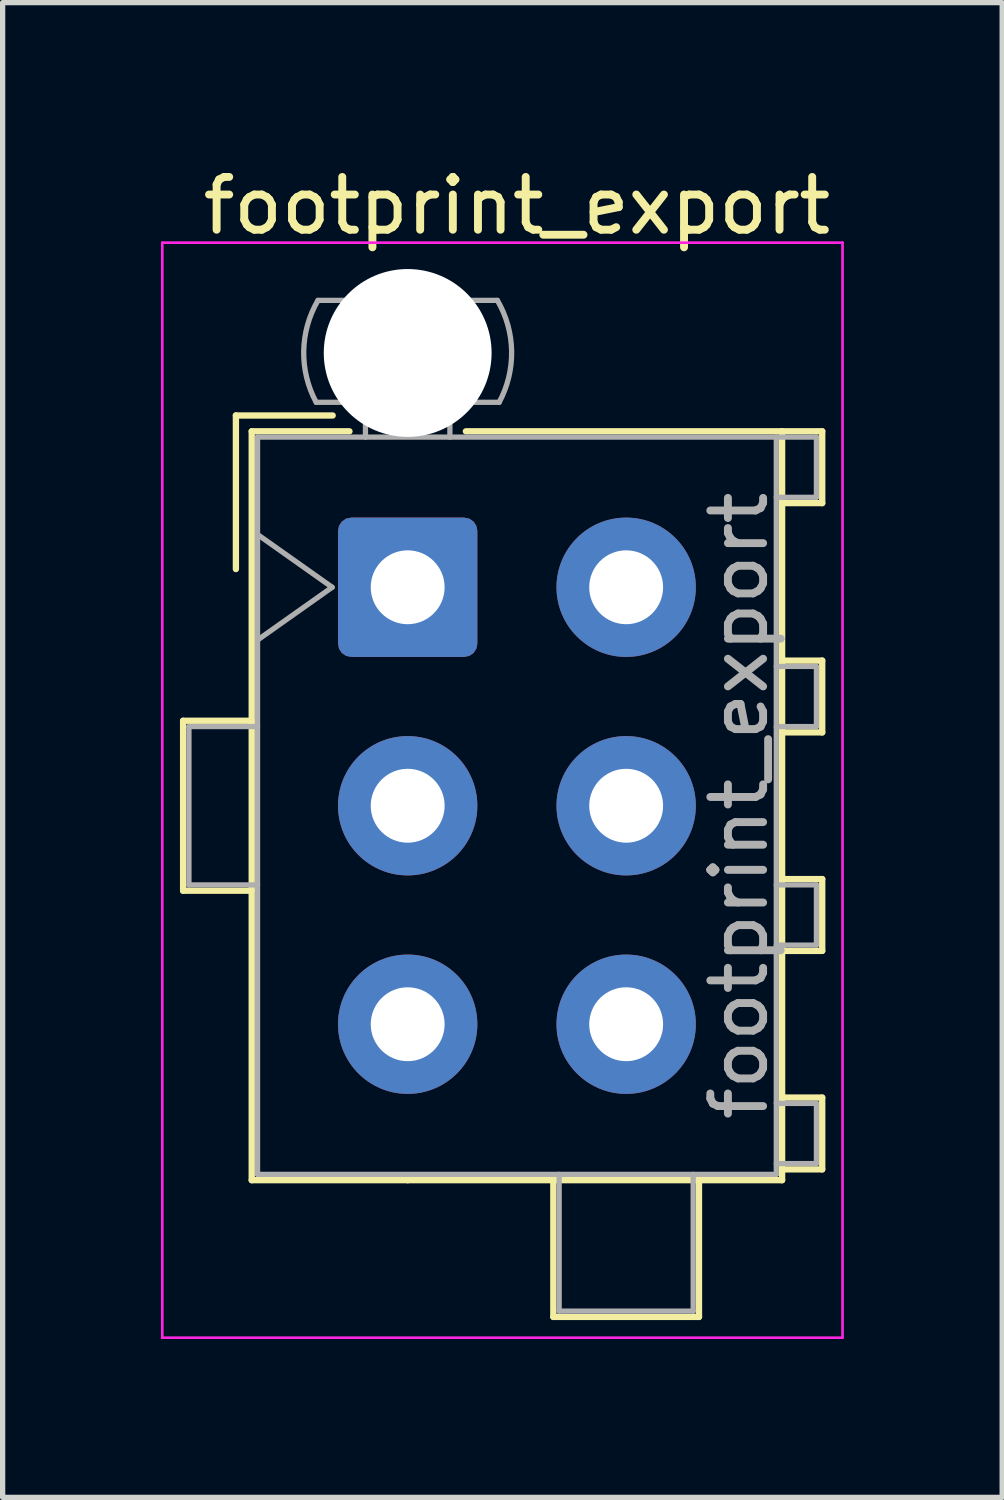
<source format=kicad_pcb>
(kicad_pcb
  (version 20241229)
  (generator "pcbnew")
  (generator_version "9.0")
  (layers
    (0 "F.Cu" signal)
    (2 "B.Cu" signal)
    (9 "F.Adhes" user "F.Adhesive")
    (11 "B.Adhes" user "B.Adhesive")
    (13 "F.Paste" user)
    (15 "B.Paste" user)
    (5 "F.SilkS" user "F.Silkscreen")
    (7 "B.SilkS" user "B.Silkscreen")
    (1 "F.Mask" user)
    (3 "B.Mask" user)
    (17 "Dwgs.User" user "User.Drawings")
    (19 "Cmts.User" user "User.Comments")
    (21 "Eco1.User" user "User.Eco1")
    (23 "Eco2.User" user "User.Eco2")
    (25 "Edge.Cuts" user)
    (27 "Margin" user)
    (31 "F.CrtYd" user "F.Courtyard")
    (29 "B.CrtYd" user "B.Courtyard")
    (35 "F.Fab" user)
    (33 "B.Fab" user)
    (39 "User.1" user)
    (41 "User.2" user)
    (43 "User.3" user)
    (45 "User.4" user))
  (footprint "footprint_export"
    (layer "F.Cu")
    (at 4.675 8.078)
    (property "Reference" "footprint_export" (at 2.07 -7.23 0) (layer "F.SilkS") (effects (font (size 1 1) (thickness 0.15))))
    (attr through_hole)
    (fp_line (start -4.255 2.53) (end -4.255 5.75) (stroke (width 0.12) (type solid)) (layer "F.SilkS"))
    (fp_line (start -4.255 5.75) (end -2.955 5.75) (stroke (width 0.12) (type solid)) (layer "F.SilkS"))
    (fp_line (start -3.255 -3.255) (end -3.255 -0.345) (stroke (width 0.12) (type solid)) (layer "F.SilkS"))
    (fp_line (start -2.955 -2.955) (end -2.955 11.235) (stroke (width 0.12) (type solid)) (layer "F.SilkS"))
    (fp_line (start -2.955 2.53) (end -4.255 2.53) (stroke (width 0.12) (type solid)) (layer "F.SilkS"))
    (fp_line (start -2.955 11.235) (end 0 11.235) (stroke (width 0.12) (type solid)) (layer "F.SilkS"))
    (fp_line (start -1.421 -3.255) (end -3.255 -3.255) (stroke (width 0.12) (type solid)) (layer "F.SilkS"))
    (fp_line (start -1.103 -2.955) (end -2.955 -2.955) (stroke (width 0.12) (type solid)) (layer "F.SilkS"))
    (fp_line (start 1.103 -2.955) (end 7.095 -2.955) (stroke (width 0.12) (type solid)) (layer "F.SilkS"))
    (fp_line (start 2.76 11.235) (end 2.76 13.826) (stroke (width 0.12) (type solid)) (layer "F.SilkS"))
    (fp_line (start 2.76 13.826) (end 5.52 13.826) (stroke (width 0.12) (type solid)) (layer "F.SilkS"))
    (fp_line (start 5.52 13.826) (end 5.52 11.235) (stroke (width 0.12) (type solid)) (layer "F.SilkS"))
    (fp_line (start 7.095 -2.955) (end 7.095 11.235) (stroke (width 0.12) (type solid)) (layer "F.SilkS"))
    (fp_line (start 7.095 -2.955) (end 7.855 -2.955) (stroke (width 0.12) (type solid)) (layer "F.SilkS"))
    (fp_line (start 7.095 1.39) (end 7.855 1.39) (stroke (width 0.12) (type solid)) (layer "F.SilkS"))
    (fp_line (start 7.095 5.53) (end 7.855 5.53) (stroke (width 0.12) (type solid)) (layer "F.SilkS"))
    (fp_line (start 7.095 9.67) (end 7.855 9.67) (stroke (width 0.12) (type solid)) (layer "F.SilkS"))
    (fp_line (start 7.095 11.235) (end 0 11.235) (stroke (width 0.12) (type solid)) (layer "F.SilkS"))
    (fp_line (start 7.855 -2.955) (end 7.855 -1.595) (stroke (width 0.12) (type solid)) (layer "F.SilkS"))
    (fp_line (start 7.855 -1.595) (end 7.095 -1.595) (stroke (width 0.12) (type solid)) (layer "F.SilkS"))
    (fp_line (start 7.855 1.39) (end 7.855 2.75) (stroke (width 0.12) (type solid)) (layer "F.SilkS"))
    (fp_line (start 7.855 2.75) (end 7.095 2.75) (stroke (width 0.12) (type solid)) (layer "F.SilkS"))
    (fp_line (start 7.855 5.53) (end 7.855 6.89) (stroke (width 0.12) (type solid)) (layer "F.SilkS"))
    (fp_line (start 7.855 6.89) (end 7.095 6.89) (stroke (width 0.12) (type solid)) (layer "F.SilkS"))
    (fp_line (start 7.855 9.67) (end 7.855 11.03) (stroke (width 0.12) (type solid)) (layer "F.SilkS"))
    (fp_line (start 7.855 11.03) (end 7.095 11.03) (stroke (width 0.12) (type solid)) (layer "F.SilkS"))
    (fp_line (start -4.65 -6.53) (end -4.65 14.22) (stroke (width 0.05) (type solid)) (layer "F.CrtYd"))
    (fp_line (start -4.65 14.22) (end 8.24 14.22) (stroke (width 0.05) (type solid)) (layer "F.CrtYd"))
    (fp_line (start 8.24 -6.53) (end -4.65 -6.53) (stroke (width 0.05) (type solid)) (layer "F.CrtYd"))
    (fp_line (start 8.24 14.22) (end 8.24 -6.53) (stroke (width 0.05) (type solid)) (layer "F.CrtYd"))
    (fp_line (start -4.145 2.64) (end -4.145 5.64) (stroke (width 0.1) (type solid)) (layer "F.Fab"))
    (fp_line (start -4.145 5.64) (end -2.845 5.64) (stroke (width 0.1) (type solid)) (layer "F.Fab"))
    (fp_line (start -2.845 -2.845) (end -2.845 11.125) (stroke (width 0.1) (type solid)) (layer "F.Fab"))
    (fp_line (start -2.845 -1) (end -1.431 0) (stroke (width 0.1) (type solid)) (layer "F.Fab"))
    (fp_line (start -2.845 2.64) (end -4.145 2.64) (stroke (width 0.1) (type solid)) (layer "F.Fab"))
    (fp_line (start -2.845 11.125) (end 6.985 11.125) (stroke (width 0.1) (type solid)) (layer "F.Fab"))
    (fp_line (start -1.431 0) (end -2.845 1) (stroke (width 0.1) (type solid)) (layer "F.Fab"))
    (fp_line (start -0.8 -2.845) (end -0.8 -3.505) (stroke (width 0.1) (type solid)) (layer "F.Fab"))
    (fp_line (start 0.8 -2.845) (end 0.8 -3.505) (stroke (width 0.1) (type solid)) (layer "F.Fab"))
    (fp_line (start 1.7 -5.436) (end -1.7 -5.436) (stroke (width 0.1) (type solid)) (layer "F.Fab"))
    (fp_line (start 1.734 -3.505) (end -1.734 -3.505) (stroke (width 0.1) (type solid)) (layer "F.Fab"))
    (fp_line (start 2.87 11.125) (end 2.87 13.716) (stroke (width 0.1) (type solid)) (layer "F.Fab"))
    (fp_line (start 2.87 13.716) (end 5.41 13.716) (stroke (width 0.1) (type solid)) (layer "F.Fab"))
    (fp_line (start 5.41 13.716) (end 5.41 11.125) (stroke (width 0.1) (type solid)) (layer "F.Fab"))
    (fp_line (start 6.985 -2.845) (end -2.845 -2.845) (stroke (width 0.1) (type solid)) (layer "F.Fab"))
    (fp_line (start 6.985 -2.845) (end 7.745 -2.845) (stroke (width 0.1) (type solid)) (layer "F.Fab"))
    (fp_line (start 6.985 1.5) (end 7.745 1.5) (stroke (width 0.1) (type solid)) (layer "F.Fab"))
    (fp_line (start 6.985 5.64) (end 7.745 5.64) (stroke (width 0.1) (type solid)) (layer "F.Fab"))
    (fp_line (start 6.985 9.78) (end 7.745 9.78) (stroke (width 0.1) (type solid)) (layer "F.Fab"))
    (fp_line (start 6.985 11.125) (end 6.985 -2.845) (stroke (width 0.1) (type solid)) (layer "F.Fab"))
    (fp_line (start 7.745 -2.845) (end 7.745 -1.705) (stroke (width 0.1) (type solid)) (layer "F.Fab"))
    (fp_line (start 7.745 -1.705) (end 6.985 -1.705) (stroke (width 0.1) (type solid)) (layer "F.Fab"))
    (fp_line (start 7.745 1.5) (end 7.745 2.64) (stroke (width 0.1) (type solid)) (layer "F.Fab"))
    (fp_line (start 7.745 2.64) (end 6.985 2.64) (stroke (width 0.1) (type solid)) (layer "F.Fab"))
    (fp_line (start 7.745 5.64) (end 7.745 6.78) (stroke (width 0.1) (type solid)) (layer "F.Fab"))
    (fp_line (start 7.745 6.78) (end 6.985 6.78) (stroke (width 0.1) (type solid)) (layer "F.Fab"))
    (fp_line (start 7.745 9.78) (end 7.745 10.92) (stroke (width 0.1) (type solid)) (layer "F.Fab"))
    (fp_line (start 7.745 10.92) (end 6.985 10.92) (stroke (width 0.1) (type solid)) (layer "F.Fab"))
    (fp_arc (start -1.733977 -3.505) (mid -1.96969 -4.474992) (end -1.699672 -5.436) (stroke (width 0.1) (type solid)) (layer "F.Fab"))
    (fp_arc (start 1.699672 -5.436) (mid 1.969689 -4.474992) (end 1.733977 -3.505) (stroke (width 0.1) (type solid)) (layer "F.Fab"))
    (fp_text user "${REFERENCE}" (at 6.28 4.14 90) (layer "F.Fab") (effects (font (size 1 1) (thickness 0.15))))
    (pad "" np_thru_hole circle (at 0 -4.44) (size 3.18 3.18) (drill 3.18) (layers "*.Cu" "*.Mask"))
    (pad "1" thru_hole roundrect (at 0 0) (size 2.64 2.64) (drill 1.4) (layers "*.Cu" "*.Mask") (roundrect_rratio 0.095))
    (pad "2" thru_hole circle (at 0 4.14) (size 2.64 2.64) (drill 1.4) (layers "*.Cu" "*.Mask"))
    (pad "3" thru_hole circle (at 0 8.28) (size 2.64 2.64) (drill 1.4) (layers "*.Cu" "*.Mask"))
    (pad "4" thru_hole circle (at 4.14 0) (size 2.64 2.64) (drill 1.4) (layers "*.Cu" "*.Mask"))
    (pad "5" thru_hole circle (at 4.14 4.14) (size 2.64 2.64) (drill 1.4) (layers "*.Cu" "*.Mask"))
    (pad "6" thru_hole circle (at 4.14 8.28) (size 2.64 2.64) (drill 1.4) (layers "*.Cu" "*.Mask")))
  (gr_rect
    (start -3 -3)
    (end 15.94 25.323)
    (stroke (width 0.1) (type default))
    (fill no)
    (layer "Edge.Cuts")))
</source>
